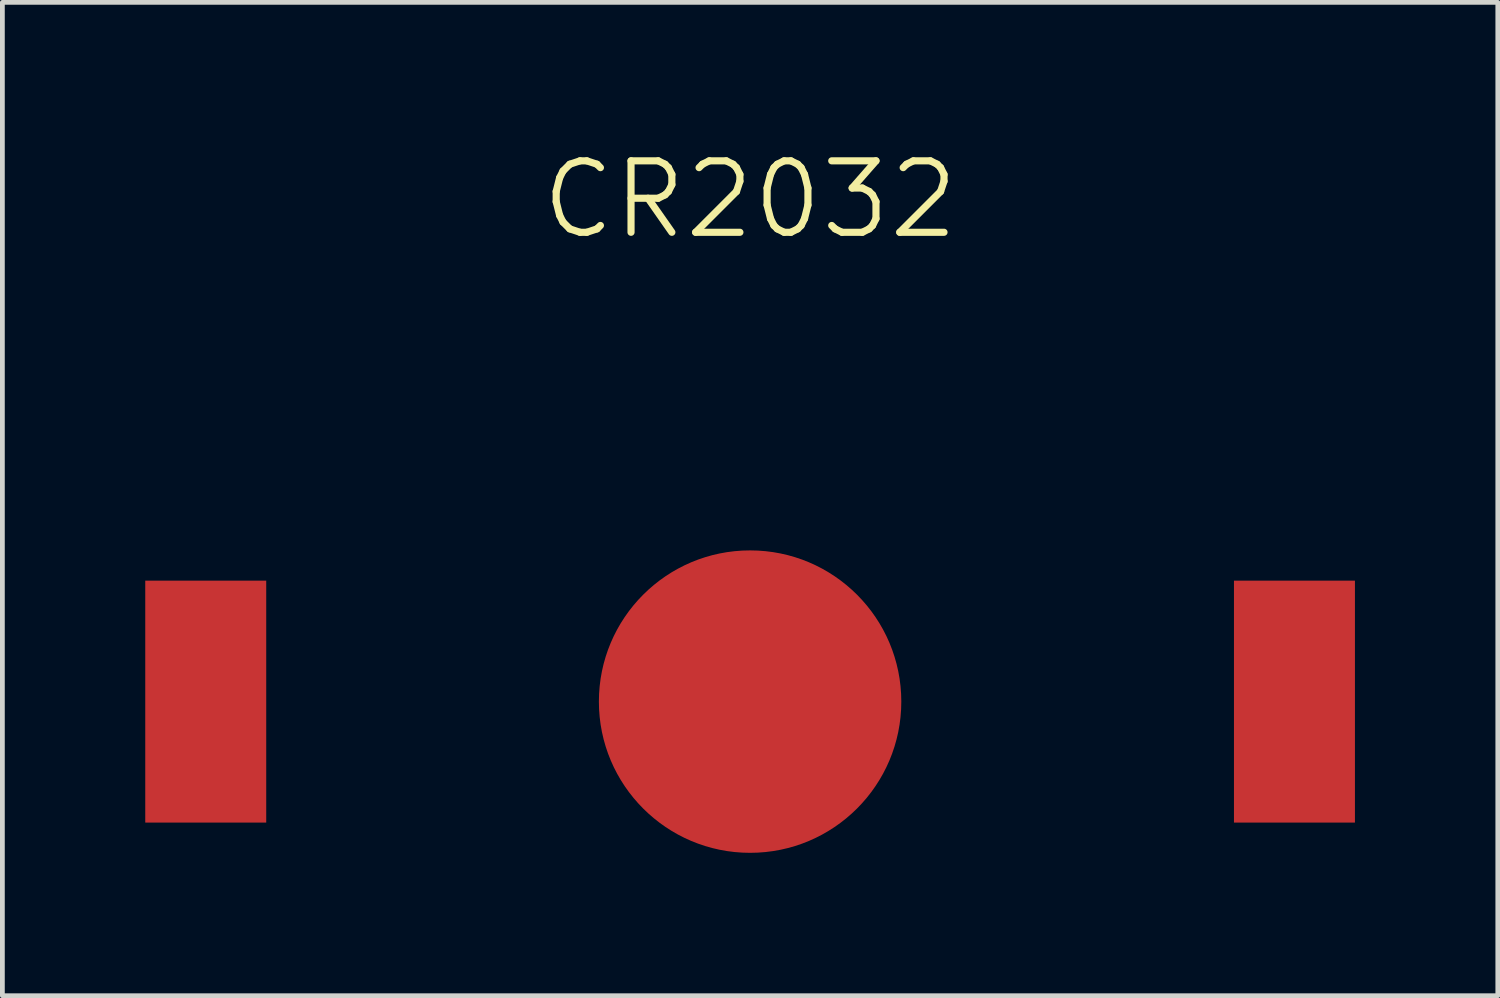
<source format=kicad_pcb>
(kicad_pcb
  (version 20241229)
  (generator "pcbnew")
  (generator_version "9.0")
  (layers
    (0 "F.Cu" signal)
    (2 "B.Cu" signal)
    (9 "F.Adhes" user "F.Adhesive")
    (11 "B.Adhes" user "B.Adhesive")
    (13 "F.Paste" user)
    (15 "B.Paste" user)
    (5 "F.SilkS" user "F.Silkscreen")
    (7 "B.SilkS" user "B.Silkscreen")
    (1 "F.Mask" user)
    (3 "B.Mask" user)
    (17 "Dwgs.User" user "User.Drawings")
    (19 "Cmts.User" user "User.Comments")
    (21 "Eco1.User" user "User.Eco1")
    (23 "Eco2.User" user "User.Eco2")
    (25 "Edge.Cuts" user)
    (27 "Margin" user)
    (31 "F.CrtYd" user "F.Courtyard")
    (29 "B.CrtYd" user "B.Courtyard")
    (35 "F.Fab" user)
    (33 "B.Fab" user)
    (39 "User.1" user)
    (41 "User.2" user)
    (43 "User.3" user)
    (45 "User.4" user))
  (footprint "CR2032"
    (layer "F.Cu")
    (at 12.7 11.682)
    (property "Reference" "CR2032" (at 0 -10.541 0) (layer "F.SilkS") (effects (font (size 1.5 1.5) (thickness 0.15))))
    (attr through_hole)
    (pad "1" smd rect (at -11.43 0) (size 2.54 5.08) (layers "F.Cu" "F.Mask"))
    (pad "1" smd rect (at 11.43 0) (size 2.54 5.08) (layers "F.Cu" "F.Mask"))
    (pad "2" smd circle (at 0 0) (size 6.35 6.35) (layers "F.Cu" "F.Mask")))
  (gr_rect
    (start -3 -3)
    (end 28.4 17.857)
    (stroke (width 0.1) (type default))
    (fill no)
    (layer "Edge.Cuts")))
</source>
